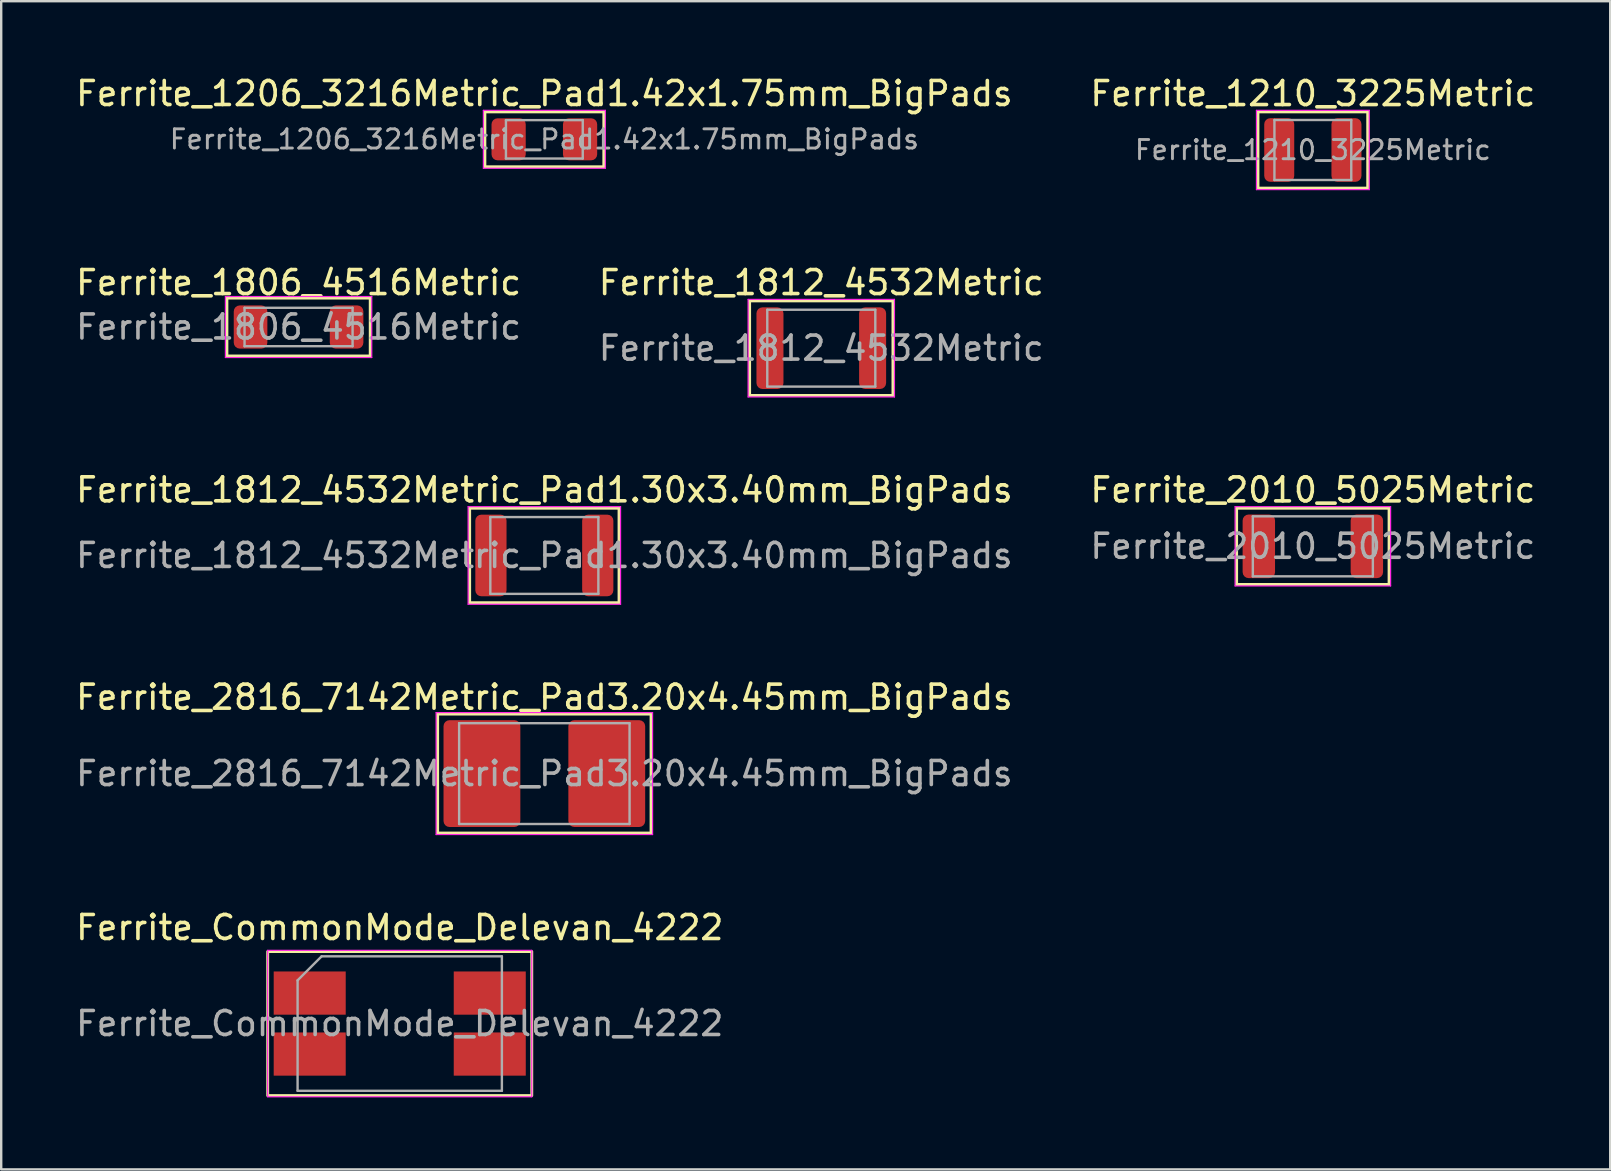
<source format=kicad_pcb>
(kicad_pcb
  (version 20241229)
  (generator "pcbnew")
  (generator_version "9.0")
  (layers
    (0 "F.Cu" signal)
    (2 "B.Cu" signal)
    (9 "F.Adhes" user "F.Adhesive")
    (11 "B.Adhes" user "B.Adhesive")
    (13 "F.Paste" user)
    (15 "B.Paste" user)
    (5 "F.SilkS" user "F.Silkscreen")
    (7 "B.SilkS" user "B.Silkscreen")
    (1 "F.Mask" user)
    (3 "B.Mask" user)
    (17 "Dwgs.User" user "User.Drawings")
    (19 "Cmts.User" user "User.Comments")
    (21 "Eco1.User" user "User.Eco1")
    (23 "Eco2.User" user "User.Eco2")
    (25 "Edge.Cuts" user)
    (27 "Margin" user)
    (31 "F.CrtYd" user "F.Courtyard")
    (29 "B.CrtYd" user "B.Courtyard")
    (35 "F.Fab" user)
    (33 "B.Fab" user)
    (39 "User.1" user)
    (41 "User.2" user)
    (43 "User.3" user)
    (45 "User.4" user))
  (footprint "Ferrite_1206_3216Metric_Pad1.42x1.75mm_BigPads"
    (layer "F.Cu")
    (at 19.625 2.753)
    (property "Reference" "Ferrite_1206_3216Metric_Pad1.42x1.75mm_BigPads" (at 0 -1.905 0) (layer "F.SilkS") (effects (font (size 1 1) (thickness 0.15))))
    (attr smd)
    (fp_line (start -2.477 -1.143) (end 2.477 -1.143) (stroke (width 0.12) (type solid)) (layer "F.SilkS"))
    (fp_line (start -2.477 1.143) (end -2.477 -1.143) (stroke (width 0.12) (type solid)) (layer "F.SilkS"))
    (fp_line (start 2.477 -1.143) (end 2.477 1.143) (stroke (width 0.12) (type solid)) (layer "F.SilkS"))
    (fp_line (start 2.477 1.143) (end -2.477 1.143) (stroke (width 0.12) (type solid)) (layer "F.SilkS"))
    (fp_line (start -2.54 -1.206) (end 2.54 -1.206) (stroke (width 0.05) (type solid)) (layer "F.CrtYd"))
    (fp_line (start -2.54 1.206) (end -2.54 -1.206) (stroke (width 0.05) (type solid)) (layer "F.CrtYd"))
    (fp_line (start 2.54 -1.206) (end 2.54 1.206) (stroke (width 0.05) (type solid)) (layer "F.CrtYd"))
    (fp_line (start 2.54 1.206) (end -2.54 1.206) (stroke (width 0.05) (type solid)) (layer "F.CrtYd"))
    (fp_line (start -1.6 -0.8) (end 1.6 -0.8) (stroke (width 0.1) (type solid)) (layer "F.Fab"))
    (fp_line (start -1.6 0.8) (end -1.6 -0.8) (stroke (width 0.1) (type solid)) (layer "F.Fab"))
    (fp_line (start 1.6 -0.8) (end 1.6 0.8) (stroke (width 0.1) (type solid)) (layer "F.Fab"))
    (fp_line (start 1.6 0.8) (end -1.6 0.8) (stroke (width 0.1) (type solid)) (layer "F.Fab"))
    (fp_text user "${REFERENCE}" (at 0 0 0) (layer "F.Fab") (effects (font (size 0.8 0.8) (thickness 0.12))))
    (pad "1" smd roundrect (at -1.488 0) (size 1.425 1.75) (layers "F.Cu" "F.Mask" "F.Paste") (roundrect_rratio 0.175))
    (pad "2" smd roundrect (at 1.488 0) (size 1.425 1.75) (layers "F.Cu" "F.Mask" "F.Paste") (roundrect_rratio 0.175)))
  (footprint "Ferrite_1812_4532Metric_Pad1.30x3.40mm_BigPads"
    (layer "F.Cu")
    (at 19.625 20.088)
    (property "Reference" "Ferrite_1812_4532Metric_Pad1.30x3.40mm_BigPads" (at 0 -2.731 0) (layer "F.SilkS") (effects (font (size 1 1) (thickness 0.15))))
    (attr smd)
    (fp_line (start -3.111 -1.968) (end 3.111 -1.968) (stroke (width 0.12) (type solid)) (layer "F.SilkS"))
    (fp_line (start -3.111 1.968) (end -3.111 -1.968) (stroke (width 0.12) (type solid)) (layer "F.SilkS"))
    (fp_line (start 3.111 -1.968) (end 3.111 1.968) (stroke (width 0.12) (type solid)) (layer "F.SilkS"))
    (fp_line (start 3.111 1.968) (end -3.111 1.968) (stroke (width 0.12) (type solid)) (layer "F.SilkS"))
    (fp_line (start -3.175 -2.032) (end 3.175 -2.032) (stroke (width 0.05) (type solid)) (layer "F.CrtYd"))
    (fp_line (start -3.175 2.032) (end -3.175 -2.032) (stroke (width 0.05) (type solid)) (layer "F.CrtYd"))
    (fp_line (start 3.175 -2.032) (end 3.175 2.032) (stroke (width 0.05) (type solid)) (layer "F.CrtYd"))
    (fp_line (start 3.175 2.032) (end -3.175 2.032) (stroke (width 0.05) (type solid)) (layer "F.CrtYd"))
    (fp_line (start -2.25 -1.6) (end 2.25 -1.6) (stroke (width 0.1) (type solid)) (layer "F.Fab"))
    (fp_line (start -2.25 1.6) (end -2.25 -1.6) (stroke (width 0.1) (type solid)) (layer "F.Fab"))
    (fp_line (start 2.25 -1.6) (end 2.25 1.6) (stroke (width 0.1) (type solid)) (layer "F.Fab"))
    (fp_line (start 2.25 1.6) (end -2.25 1.6) (stroke (width 0.1) (type solid)) (layer "F.Fab"))
    (fp_text user "${REFERENCE}" (at 0 0 0) (layer "F.Fab") (effects (font (size 1 1) (thickness 0.15))))
    (pad "1" smd roundrect (at -2.225 0) (size 1.3 3.4) (layers "F.Cu" "F.Mask" "F.Paste") (roundrect_rratio 0.192))
    (pad "2" smd roundrect (at 2.225 0) (size 1.3 3.4) (layers "F.Cu" "F.Mask" "F.Paste") (roundrect_rratio 0.192)))
  (footprint "Ferrite_1210_3225Metric"
    (layer "F.Cu")
    (at 51.637 3.198)
    (property "Reference" "Ferrite_1210_3225Metric" (at 0 -2.349 0) (layer "F.SilkS") (effects (font (size 1 1) (thickness 0.15))))
    (attr smd)
    (fp_line (start -2.286 -1.587) (end 2.286 -1.587) (stroke (width 0.12) (type solid)) (layer "F.SilkS"))
    (fp_line (start -2.286 1.587) (end -2.286 -1.587) (stroke (width 0.12) (type solid)) (layer "F.SilkS"))
    (fp_line (start 2.286 -1.587) (end 2.286 1.587) (stroke (width 0.12) (type solid)) (layer "F.SilkS"))
    (fp_line (start 2.286 1.587) (end -2.286 1.587) (stroke (width 0.12) (type solid)) (layer "F.SilkS"))
    (fp_line (start -2.349 -1.651) (end 2.349 -1.651) (stroke (width 0.05) (type solid)) (layer "F.CrtYd"))
    (fp_line (start -2.349 1.651) (end -2.349 -1.651) (stroke (width 0.05) (type solid)) (layer "F.CrtYd"))
    (fp_line (start 2.349 -1.651) (end 2.349 1.651) (stroke (width 0.05) (type solid)) (layer "F.CrtYd"))
    (fp_line (start 2.349 1.651) (end -2.349 1.651) (stroke (width 0.05) (type solid)) (layer "F.CrtYd"))
    (fp_line (start -1.6 -1.25) (end 1.6 -1.25) (stroke (width 0.1) (type solid)) (layer "F.Fab"))
    (fp_line (start -1.6 1.25) (end -1.6 -1.25) (stroke (width 0.1) (type solid)) (layer "F.Fab"))
    (fp_line (start 1.6 -1.25) (end 1.6 1.25) (stroke (width 0.1) (type solid)) (layer "F.Fab"))
    (fp_line (start 1.6 1.25) (end -1.6 1.25) (stroke (width 0.1) (type solid)) (layer "F.Fab"))
    (fp_text user "${REFERENCE}" (at 0 0 0) (layer "F.Fab") (effects (font (size 0.8 0.8) (thickness 0.12))))
    (pad "1" smd roundrect (at -1.4 0) (size 1.25 2.65) (layers "F.Cu" "F.Mask" "F.Paste") (roundrect_rratio 0.2))
    (pad "2" smd roundrect (at 1.4 0) (size 1.25 2.65) (layers "F.Cu" "F.Mask" "F.Paste") (roundrect_rratio 0.2)))
  (footprint "Ferrite_2816_7142Metric_Pad3.20x4.45mm_BigPads"
    (layer "F.Cu")
    (at 19.625 29.174)
    (property "Reference" "Ferrite_2816_7142Metric_Pad3.20x4.45mm_BigPads" (at 0 -3.18 0) (layer "F.SilkS") (effects (font (size 1 1) (thickness 0.15))))
    (attr smd)
    (fp_line (start -4.445 -2.477) (end 4.445 -2.477) (stroke (width 0.12) (type solid)) (layer "F.SilkS"))
    (fp_line (start -4.445 2.477) (end -4.445 -2.477) (stroke (width 0.12) (type solid)) (layer "F.SilkS"))
    (fp_line (start 4.445 -2.477) (end 4.445 2.477) (stroke (width 0.12) (type solid)) (layer "F.SilkS"))
    (fp_line (start 4.445 2.477) (end -4.445 2.477) (stroke (width 0.12) (type solid)) (layer "F.SilkS"))
    (fp_line (start -4.508 -2.54) (end 4.508 -2.54) (stroke (width 0.05) (type solid)) (layer "F.CrtYd"))
    (fp_line (start -4.508 2.54) (end -4.508 -2.54) (stroke (width 0.05) (type solid)) (layer "F.CrtYd"))
    (fp_line (start 4.508 -2.54) (end 4.508 2.54) (stroke (width 0.05) (type solid)) (layer "F.CrtYd"))
    (fp_line (start 4.508 2.54) (end -4.508 2.54) (stroke (width 0.05) (type solid)) (layer "F.CrtYd"))
    (fp_line (start -3.55 -2.1) (end 3.55 -2.1) (stroke (width 0.1) (type solid)) (layer "F.Fab"))
    (fp_line (start -3.55 2.1) (end -3.55 -2.1) (stroke (width 0.1) (type solid)) (layer "F.Fab"))
    (fp_line (start 3.55 -2.1) (end 3.55 2.1) (stroke (width 0.1) (type solid)) (layer "F.Fab"))
    (fp_line (start 3.55 2.1) (end -3.55 2.1) (stroke (width 0.1) (type solid)) (layer "F.Fab"))
    (fp_text user "${REFERENCE}" (at 0 0 0) (layer "F.Fab") (effects (font (size 1 1) (thickness 0.15))))
    (pad "1" smd roundrect (at -2.6 0) (size 3.2 4.45) (layers "F.Cu" "F.Mask" "F.Paste") (roundrect_rratio 0.078))
    (pad "2" smd roundrect (at 2.6 0) (size 3.2 4.45) (layers "F.Cu" "F.Mask" "F.Paste") (roundrect_rratio 0.078)))
  (footprint "Ferrite_CommonMode_Delevan_4222"
    (layer "F.Cu")
    (at 13.601 39.587)
    (property "Reference" "Ferrite_CommonMode_Delevan_4222" (at 0 -4 0) (layer "F.SilkS") (effects (font (size 1 1) (thickness 0.15))))
    (attr smd)
    (fp_rect (start -5.5 -3) (end 5.5 3) (stroke (width 0.12) (type solid)) (fill no) (layer "F.SilkS"))
    (fp_line (start -5.5 -3.05) (end 5.5 -3.05) (stroke (width 0.05) (type solid)) (layer "F.CrtYd"))
    (fp_line (start -5.5 3.05) (end -5.5 -3.05) (stroke (width 0.05) (type solid)) (layer "F.CrtYd"))
    (fp_line (start 5.5 -3.05) (end 5.5 3.05) (stroke (width 0.05) (type solid)) (layer "F.CrtYd"))
    (fp_line (start 5.5 3.05) (end -5.5 3.05) (stroke (width 0.05) (type solid)) (layer "F.CrtYd"))
    (fp_line (start -4.255 -1.8) (end -4.255 2.8) (stroke (width 0.1) (type solid)) (layer "F.Fab"))
    (fp_line (start -4.255 -1.8) (end -3.255 -2.8) (stroke (width 0.1) (type solid)) (layer "F.Fab"))
    (fp_line (start -3.255 -2.8) (end 4.255 -2.8) (stroke (width 0.1) (type solid)) (layer "F.Fab"))
    (fp_line (start 4.255 -2.8) (end 4.255 2.8) (stroke (width 0.1) (type solid)) (layer "F.Fab"))
    (fp_line (start 4.255 2.8) (end -4.255 2.8) (stroke (width 0.1) (type solid)) (layer "F.Fab"))
    (fp_text user "${REFERENCE}" (at 0 0 0) (layer "F.Fab") (effects (font (size 1 1) (thickness 0.15))))
    (pad "1" smd rect (at -3.75 -1.27) (size 3 1.8) (layers "F.Cu" "F.Mask" "F.Paste"))
    (pad "2" smd rect (at -3.75 1.27) (size 3 1.8) (layers "F.Cu" "F.Mask" "F.Paste"))
    (pad "3" smd rect (at 3.75 1.27) (size 3 1.8) (layers "F.Cu" "F.Mask" "F.Paste"))
    (pad "4" smd rect (at 3.75 -1.27) (size 3 1.8) (layers "F.Cu" "F.Mask" "F.Paste")))
  (footprint "Ferrite_2010_5025Metric"
    (layer "F.Cu")
    (at 51.637 19.707)
    (property "Reference" "Ferrite_2010_5025Metric" (at 0 -2.349 0) (layer "F.SilkS") (effects (font (size 1 1) (thickness 0.15))))
    (attr smd)
    (fp_line (start -3.175 -1.587) (end 3.175 -1.587) (stroke (width 0.12) (type solid)) (layer "F.SilkS"))
    (fp_line (start -3.175 1.587) (end -3.175 -1.587) (stroke (width 0.12) (type solid)) (layer "F.SilkS"))
    (fp_line (start 3.175 -1.587) (end 3.175 1.587) (stroke (width 0.12) (type solid)) (layer "F.SilkS"))
    (fp_line (start 3.175 1.587) (end -3.175 1.587) (stroke (width 0.12) (type solid)) (layer "F.SilkS"))
    (fp_line (start -3.239 -1.651) (end 3.239 -1.651) (stroke (width 0.05) (type solid)) (layer "F.CrtYd"))
    (fp_line (start -3.239 1.651) (end -3.239 -1.651) (stroke (width 0.05) (type solid)) (layer "F.CrtYd"))
    (fp_line (start 3.239 -1.651) (end 3.239 1.651) (stroke (width 0.05) (type solid)) (layer "F.CrtYd"))
    (fp_line (start 3.239 1.651) (end -3.239 1.651) (stroke (width 0.05) (type solid)) (layer "F.CrtYd"))
    (fp_line (start -2.5 -1.25) (end 2.5 -1.25) (stroke (width 0.1) (type solid)) (layer "F.Fab"))
    (fp_line (start -2.5 1.25) (end -2.5 -1.25) (stroke (width 0.1) (type solid)) (layer "F.Fab"))
    (fp_line (start 2.5 -1.25) (end 2.5 1.25) (stroke (width 0.1) (type solid)) (layer "F.Fab"))
    (fp_line (start 2.5 1.25) (end -2.5 1.25) (stroke (width 0.1) (type solid)) (layer "F.Fab"))
    (fp_text user "${REFERENCE}" (at 0 0 0) (layer "F.Fab") (effects (font (size 1 1) (thickness 0.15))))
    (pad "1" smd roundrect (at -2.25 0) (size 1.35 2.65) (layers "F.Cu" "F.Mask" "F.Paste") (roundrect_rratio 0.185))
    (pad "2" smd roundrect (at 2.25 0) (size 1.35 2.65) (layers "F.Cu" "F.Mask" "F.Paste") (roundrect_rratio 0.185)))
  (footprint "Ferrite_1806_4516Metric"
    (layer "F.Cu")
    (at 9.387 10.572)
    (property "Reference" "Ferrite_1806_4516Metric" (at 0 -1.85 0) (layer "F.SilkS") (effects (font (size 1 1) (thickness 0.15))))
    (attr smd)
    (fp_line (start -2.985 -1.206) (end 2.985 -1.206) (stroke (width 0.12) (type solid)) (layer "F.SilkS"))
    (fp_line (start -2.985 1.206) (end -2.985 -1.206) (stroke (width 0.12) (type solid)) (layer "F.SilkS"))
    (fp_line (start 2.985 -1.206) (end 2.985 1.206) (stroke (width 0.12) (type solid)) (layer "F.SilkS"))
    (fp_line (start 2.985 1.206) (end -2.985 1.206) (stroke (width 0.12) (type solid)) (layer "F.SilkS"))
    (fp_line (start -3.048 -1.27) (end 3.048 -1.27) (stroke (width 0.05) (type solid)) (layer "F.CrtYd"))
    (fp_line (start -3.048 1.27) (end -3.048 -1.27) (stroke (width 0.05) (type solid)) (layer "F.CrtYd"))
    (fp_line (start 3.048 -1.27) (end 3.048 1.27) (stroke (width 0.05) (type solid)) (layer "F.CrtYd"))
    (fp_line (start 3.048 1.27) (end -3.048 1.27) (stroke (width 0.05) (type solid)) (layer "F.CrtYd"))
    (fp_line (start -2.25 -0.8) (end 2.25 -0.8) (stroke (width 0.1) (type solid)) (layer "F.Fab"))
    (fp_line (start -2.25 0.8) (end -2.25 -0.8) (stroke (width 0.1) (type solid)) (layer "F.Fab"))
    (fp_line (start 2.25 -0.8) (end 2.25 0.8) (stroke (width 0.1) (type solid)) (layer "F.Fab"))
    (fp_line (start 2.25 0.8) (end -2.25 0.8) (stroke (width 0.1) (type solid)) (layer "F.Fab"))
    (fp_text user "${REFERENCE}" (at 0 0 0) (layer "F.Fab") (effects (font (size 1 1) (thickness 0.15))))
    (pad "1" smd roundrect (at -2 0) (size 1.4 1.8) (layers "F.Cu" "F.Mask" "F.Paste") (roundrect_rratio 0.179))
    (pad "2" smd roundrect (at 2 0) (size 1.4 1.8) (layers "F.Cu" "F.Mask" "F.Paste") (roundrect_rratio 0.179)))
  (footprint "Ferrite_1812_4532Metric"
    (layer "F.Cu")
    (at 31.161 11.453)
    (property "Reference" "Ferrite_1812_4532Metric" (at 0 -2.731 0) (layer "F.SilkS") (effects (font (size 1 1) (thickness 0.15))))
    (attr smd)
    (fp_line (start -2.985 -1.968) (end 2.985 -1.968) (stroke (width 0.12) (type solid)) (layer "F.SilkS"))
    (fp_line (start -2.985 1.968) (end -2.985 -1.968) (stroke (width 0.12) (type solid)) (layer "F.SilkS"))
    (fp_line (start 2.985 -1.968) (end 2.985 1.968) (stroke (width 0.12) (type solid)) (layer "F.SilkS"))
    (fp_line (start 2.985 1.968) (end -2.985 1.968) (stroke (width 0.12) (type solid)) (layer "F.SilkS"))
    (fp_line (start -3.048 -2.032) (end 3.048 -2.032) (stroke (width 0.05) (type solid)) (layer "F.CrtYd"))
    (fp_line (start -3.048 2.032) (end -3.048 -2.032) (stroke (width 0.05) (type solid)) (layer "F.CrtYd"))
    (fp_line (start 3.048 -2.032) (end 3.048 2.032) (stroke (width 0.05) (type solid)) (layer "F.CrtYd"))
    (fp_line (start 3.048 2.032) (end -3.048 2.032) (stroke (width 0.05) (type solid)) (layer "F.CrtYd"))
    (fp_line (start -2.25 -1.6) (end 2.25 -1.6) (stroke (width 0.1) (type solid)) (layer "F.Fab"))
    (fp_line (start -2.25 1.6) (end -2.25 -1.6) (stroke (width 0.1) (type solid)) (layer "F.Fab"))
    (fp_line (start 2.25 -1.6) (end 2.25 1.6) (stroke (width 0.1) (type solid)) (layer "F.Fab"))
    (fp_line (start 2.25 1.6) (end -2.25 1.6) (stroke (width 0.1) (type solid)) (layer "F.Fab"))
    (fp_text user "${REFERENCE}" (at 0 0 0) (layer "F.Fab") (effects (font (size 1 1) (thickness 0.15))))
    (pad "1" smd roundrect (at -2.138 0) (size 1.125 3.4) (layers "F.Cu" "F.Mask" "F.Paste") (roundrect_rratio 0.222))
    (pad "2" smd roundrect (at 2.138 0) (size 1.125 3.4) (layers "F.Cu" "F.Mask" "F.Paste") (roundrect_rratio 0.222)))
  (gr_rect
    (start -3 -3)
    (end 64.024 45.662)
    (stroke (width 0.1) (type default))
    (fill no)
    (layer "Edge.Cuts")))
</source>
